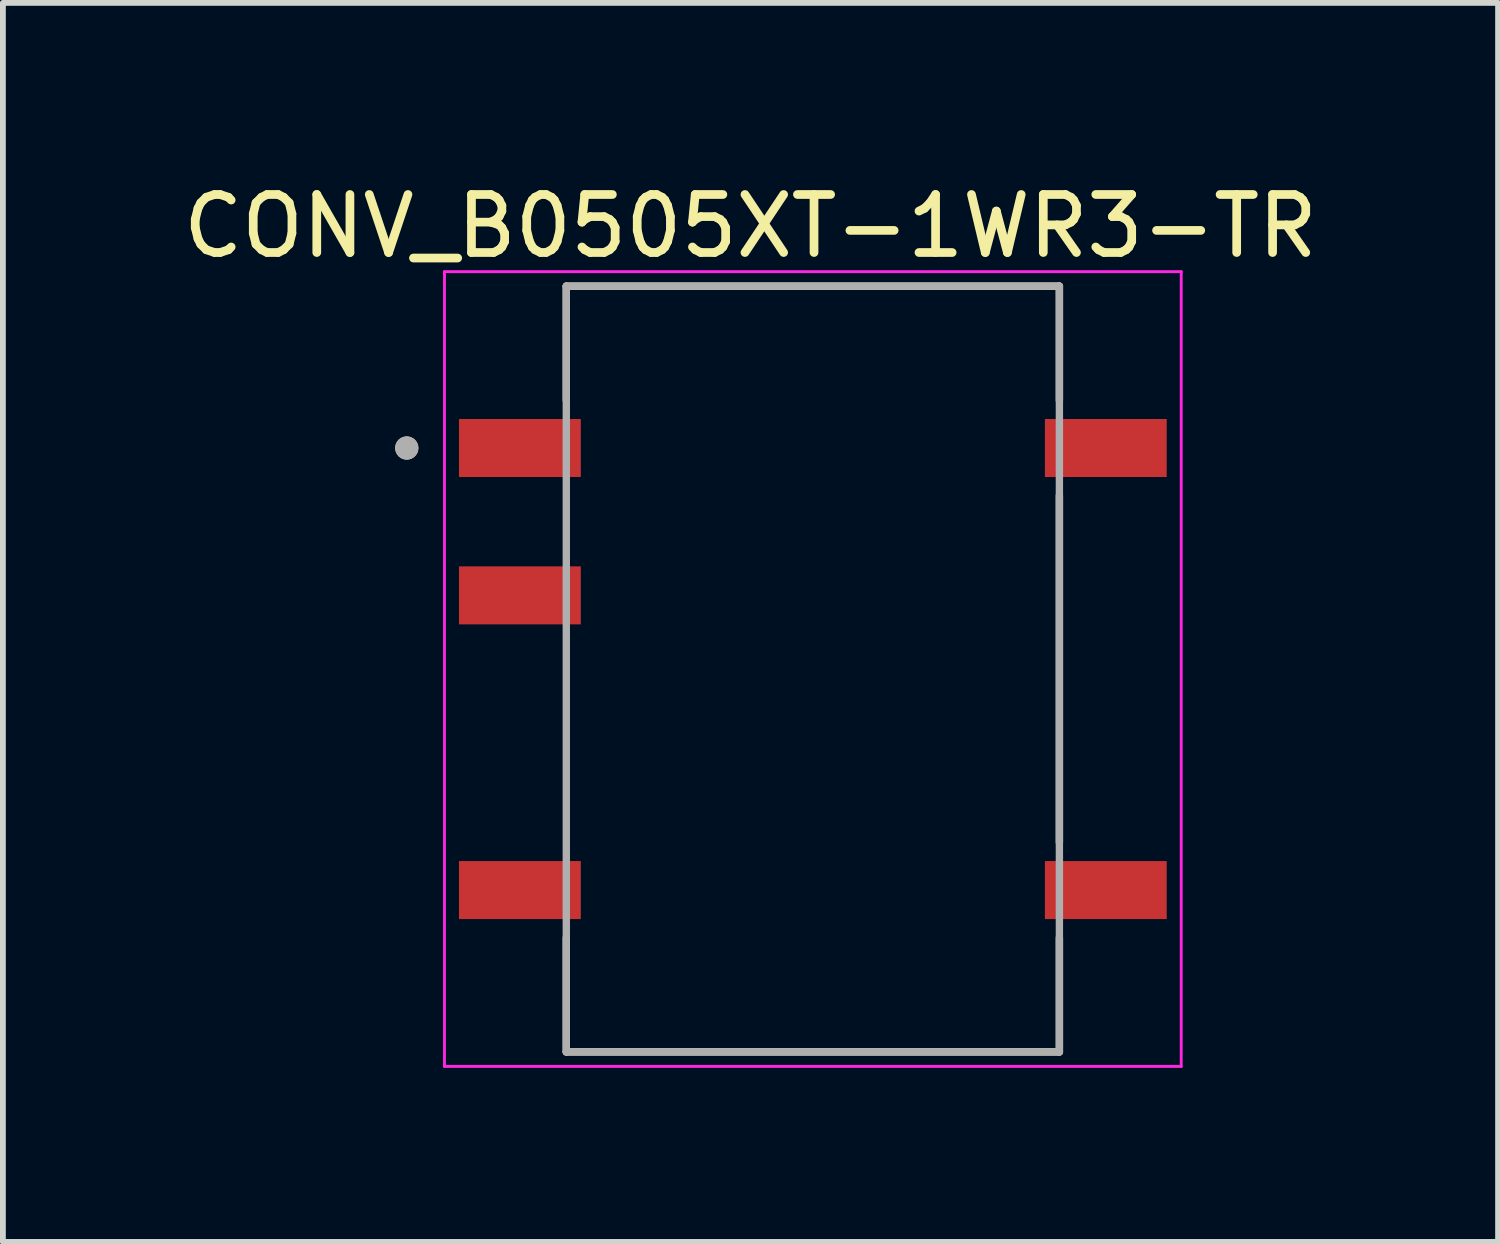
<source format=kicad_pcb>
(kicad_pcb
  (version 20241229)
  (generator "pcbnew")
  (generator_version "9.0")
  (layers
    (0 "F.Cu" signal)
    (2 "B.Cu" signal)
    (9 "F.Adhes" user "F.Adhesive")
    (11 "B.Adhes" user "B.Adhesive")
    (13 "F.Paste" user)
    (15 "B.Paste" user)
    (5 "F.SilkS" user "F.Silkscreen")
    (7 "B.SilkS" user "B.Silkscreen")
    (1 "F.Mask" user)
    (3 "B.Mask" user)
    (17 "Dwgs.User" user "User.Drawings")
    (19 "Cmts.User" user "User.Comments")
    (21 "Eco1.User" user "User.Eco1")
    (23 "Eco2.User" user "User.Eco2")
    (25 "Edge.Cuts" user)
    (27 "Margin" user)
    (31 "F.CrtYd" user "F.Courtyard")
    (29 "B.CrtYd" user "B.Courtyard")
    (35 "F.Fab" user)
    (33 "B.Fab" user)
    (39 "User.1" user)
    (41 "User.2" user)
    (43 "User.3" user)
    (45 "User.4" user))
  (footprint "CONV_B0505XT-1WR3-TR"
    (layer "F.Cu")
    (at 10.962 8.483)
    (property "Reference" "CONV_B0505XT-1WR3-TR" (at -1.075 -7.635 0) (layer "F.SilkS") (effects (font (size 1 1) (thickness 0.15))))
    (attr smd)
    (fp_line (start -4.25 -6.6) (end -4.25 -4.63) (stroke (width 0.127) (type solid)) (layer "F.SilkS"))
    (fp_line (start -4.25 -6.6) (end 4.25 -6.6) (stroke (width 0.127) (type solid)) (layer "F.SilkS"))
    (fp_line (start -4.25 6.6) (end -4.25 4.63) (stroke (width 0.127) (type solid)) (layer "F.SilkS"))
    (fp_line (start 4.25 -6.6) (end 4.25 -4.63) (stroke (width 0.127) (type solid)) (layer "F.SilkS"))
    (fp_line (start 4.25 -2.99) (end 4.25 2.99) (stroke (width 0.127) (type solid)) (layer "F.SilkS"))
    (fp_line (start 4.25 6.6) (end -4.25 6.6) (stroke (width 0.127) (type solid)) (layer "F.SilkS"))
    (fp_line (start 4.25 6.6) (end 4.25 4.63) (stroke (width 0.127) (type solid)) (layer "F.SilkS"))
    (fp_circle (center -7 -3.81) (end -6.9 -3.81) (stroke (width 0.2) (type solid)) (fill no) (layer "F.SilkS"))
    (fp_line (start -6.35 -6.85) (end -6.35 6.85) (stroke (width 0.05) (type solid)) (layer "F.CrtYd"))
    (fp_line (start -6.35 6.85) (end 6.35 6.85) (stroke (width 0.05) (type solid)) (layer "F.CrtYd"))
    (fp_line (start 6.35 -6.85) (end -6.35 -6.85) (stroke (width 0.05) (type solid)) (layer "F.CrtYd"))
    (fp_line (start 6.35 6.85) (end 6.35 -6.85) (stroke (width 0.05) (type solid)) (layer "F.CrtYd"))
    (fp_line (start -4.25 -6.6) (end 4.25 -6.6) (stroke (width 0.127) (type solid)) (layer "F.Fab"))
    (fp_line (start -4.25 6.6) (end -4.25 -6.6) (stroke (width 0.127) (type solid)) (layer "F.Fab"))
    (fp_line (start 4.25 -6.6) (end 4.25 6.6) (stroke (width 0.127) (type solid)) (layer "F.Fab"))
    (fp_line (start 4.25 6.6) (end -4.25 6.6) (stroke (width 0.127) (type solid)) (layer "F.Fab"))
    (fp_circle (center -7 -3.81) (end -6.9 -3.81) (stroke (width 0.2) (type solid)) (fill no) (layer "F.Fab"))
    (pad "1" smd rect (at -5.05 -3.81) (size 2.1 1) (layers "F.Cu" "F.Mask" "F.Paste"))
    (pad "2" smd rect (at -5.05 -1.27) (size 2.1 1) (layers "F.Cu" "F.Mask" "F.Paste"))
    (pad "4" smd rect (at -5.05 3.81) (size 2.1 1) (layers "F.Cu" "F.Mask" "F.Paste"))
    (pad "5" smd rect (at 5.05 3.81 180) (size 2.1 1) (layers "F.Cu" "F.Mask" "F.Paste"))
    (pad "8" smd rect (at 5.05 -3.81 180) (size 2.1 1) (layers "F.Cu" "F.Mask" "F.Paste")))
  (gr_rect
    (start -3 -3)
    (end 22.774 18.358)
    (stroke (width 0.1) (type default))
    (fill no)
    (layer "Edge.Cuts")))
</source>
